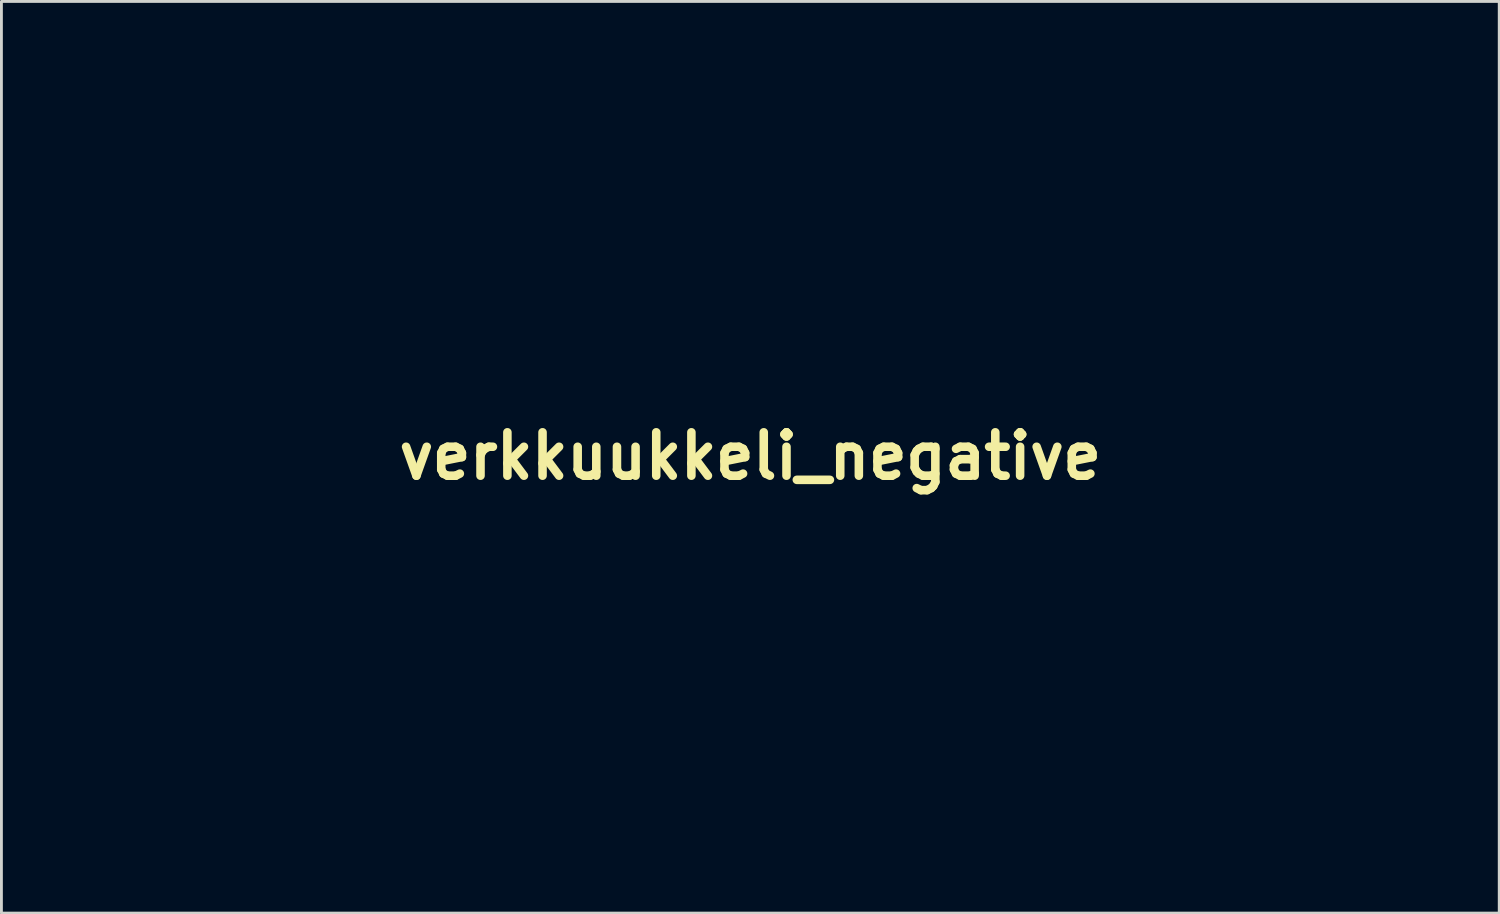
<source format=kicad_pcb>
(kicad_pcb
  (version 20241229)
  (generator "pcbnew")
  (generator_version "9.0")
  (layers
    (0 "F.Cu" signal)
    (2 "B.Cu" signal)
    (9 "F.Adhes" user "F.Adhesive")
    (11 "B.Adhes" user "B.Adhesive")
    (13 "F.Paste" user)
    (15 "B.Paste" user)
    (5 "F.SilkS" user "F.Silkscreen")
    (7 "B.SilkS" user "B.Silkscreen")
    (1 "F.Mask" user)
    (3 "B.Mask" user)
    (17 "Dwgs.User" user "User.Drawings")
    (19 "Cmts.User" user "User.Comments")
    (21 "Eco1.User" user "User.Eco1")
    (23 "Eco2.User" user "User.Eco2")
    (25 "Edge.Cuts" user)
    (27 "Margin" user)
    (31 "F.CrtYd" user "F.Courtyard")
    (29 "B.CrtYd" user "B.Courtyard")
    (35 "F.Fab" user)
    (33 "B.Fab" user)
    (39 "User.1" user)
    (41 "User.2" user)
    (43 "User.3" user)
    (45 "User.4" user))
  (footprint "verkkuukkeli_negative"
    (layer "F.Cu")
    (at 23.288 12.959)
    (property "Reference" "verkkuukkeli_negative" (at 0 0 0) (layer "F.SilkS") (effects (font (size 1.524 1.524) (thickness 0.3))))
    (attr through_hole)
    (fp_poly (pts (xy 4.911 5.122) (xy 4.868 5.165) (xy 4.826 5.122) (xy 4.868 5.08) (xy 4.911 5.122)) (stroke (width 0.01) (type solid)) (fill no) (layer "Eco2.User"))
    (fp_poly (pts (xy 9.694 7.391) (xy 9.799 7.439) (xy 10.103 7.679) (xy 10.291 8.031) (xy 10.365 8.502) (xy 10.353 8.883) (xy 10.306 9.397) (xy 10.11 9.186) (xy 9.855 9.006) (xy 9.589 8.986) (xy 9.334 9.12) (xy 9.114 9.399) (xy 9.067 9.49) (xy 8.945 9.68) (xy 8.812 9.795) (xy 8.703 9.822) (xy 8.654 9.747) (xy 8.67 9.639) (xy 8.761 9.275) (xy 8.784 9.025) (xy 8.737 8.848) (xy 8.646 8.73) (xy 8.393 8.574) (xy 8.128 8.569) (xy 7.881 8.703) (xy 7.684 8.961) (xy 7.607 9.155) (xy 7.421 9.504) (xy 7.115 9.788) (xy 6.782 9.948) (xy 6.667 9.976) (xy 6.613 9.943) (xy 6.608 9.815) (xy 6.639 9.556) (xy 6.744 9.072) (xy 6.938 8.684) (xy 7.251 8.344) (xy 7.5 8.147) (xy 8.08 7.757) (xy 8.571 7.491) (xy 8.992 7.346) (xy 9.36 7.314) (xy 9.694 7.391)) (stroke (width 0.01) (type solid)) (fill no) (layer "Eco2.User"))
    (fp_poly (pts (xy -12.009 5.762) (xy -11.796 5.882) (xy -11.621 6.033) (xy -11.412 6.286) (xy -11.308 6.56) (xy -11.306 6.894) (xy -11.399 7.326) (xy -11.431 7.436) (xy -11.529 7.754) (xy -11.591 7.938) (xy -11.634 8.019) (xy -11.671 8.023) (xy -11.712 7.987) (xy -11.747 7.874) (xy -11.767 7.658) (xy -11.769 7.557) (xy -11.797 7.271) (xy -11.907 7.057) (xy -12.016 6.936) (xy -12.283 6.736) (xy -12.54 6.695) (xy -12.806 6.815) (xy -13.039 7.027) (xy -13.279 7.261) (xy -13.439 7.352) (xy -13.526 7.301) (xy -13.547 7.154) (xy -13.621 6.904) (xy -13.809 6.702) (xy -14.053 6.606) (xy -14.092 6.604) (xy -14.276 6.664) (xy -14.547 6.834) (xy -14.856 7.077) (xy -15.413 7.549) (xy -15.195 7.056) (xy -15.001 6.665) (xy -14.789 6.368) (xy -14.531 6.148) (xy -14.198 5.988) (xy -13.761 5.868) (xy -13.189 5.773) (xy -13.047 5.754) (xy -12.592 5.706) (xy -12.26 5.706) (xy -12.009 5.762)) (stroke (width 0.01) (type solid)) (fill no) (layer "Eco2.User"))
    (fp_poly (pts (xy -6.21 5.115) (xy -5.446 5.435) (xy -4.555 5.711) (xy -3.577 5.937) (xy -2.551 6.106) (xy -1.517 6.21) (xy -0.512 6.243) (xy 0.042 6.227) (xy 1.217 6.093) (xy 2.461 5.822) (xy 3.26 5.585) (xy 3.654 5.462) (xy 4.033 5.354) (xy 4.36 5.269) (xy 4.602 5.216) (xy 4.723 5.206) (xy 4.729 5.209) (xy 4.667 5.244) (xy 4.477 5.315) (xy 4.192 5.409) (xy 4.009 5.465) (xy 3.573 5.598) (xy 3.101 5.741) (xy 2.685 5.868) (xy 2.622 5.887) (xy 2.062 6.041) (xy 1.427 6.19) (xy 0.756 6.325) (xy 0.09 6.44) (xy -0.531 6.527) (xy -1.067 6.581) (xy -1.46 6.594) (xy -1.746 6.57) (xy -2.129 6.512) (xy -2.544 6.431) (xy -2.709 6.394) (xy -3.119 6.296) (xy -3.627 6.176) (xy -4.165 6.048) (xy -4.631 5.937) (xy -5.201 5.792) (xy -5.643 5.652) (xy -5.996 5.5) (xy -6.298 5.319) (xy -6.588 5.09) (xy -6.676 5.012) (xy -6.985 4.733) (xy -6.21 5.115)) (stroke (width 0.01) (type solid)) (fill no) (layer "Eco2.User"))
    (fp_poly (pts (xy 1.366 -3.261) (xy 2.019 -3.226) (xy 2.789 -3.163) (xy 3.198 -3.125) (xy 3.624 -3.077) (xy 3.933 -3.022) (xy 4.18 -2.945) (xy 4.417 -2.831) (xy 4.553 -2.753) (xy 5.203 -2.351) (xy 5.728 -1.988) (xy 6.159 -1.637) (xy 6.526 -1.274) (xy 6.861 -0.872) (xy 6.896 -0.827) (xy 7.121 -0.524) (xy 7.302 -0.274) (xy 7.418 -0.104) (xy 7.451 -0.046) (xy 7.484 0.048) (xy 7.572 0.251) (xy 7.695 0.52) (xy 7.699 0.529) (xy 7.818 0.826) (xy 7.955 1.232) (xy 8.092 1.693) (xy 8.203 2.117) (xy 8.329 2.612) (xy 8.473 3.134) (xy 8.616 3.617) (xy 8.717 3.932) (xy 8.855 4.376) (xy 8.935 4.75) (xy 8.97 5.136) (xy 8.975 5.428) (xy 8.975 6.167) (xy 8.712 6.225) (xy 8.307 6.356) (xy 7.828 6.577) (xy 7.32 6.86) (xy 6.832 7.178) (xy 6.411 7.504) (xy 6.265 7.637) (xy 5.969 7.924) (xy 4.487 7.778) (xy 3.974 7.726) (xy 3.493 7.676) (xy 3.08 7.631) (xy 2.771 7.595) (xy 2.633 7.577) (xy 2.261 7.521) (xy 3.565 6.951) (xy 4.661 6.436) (xy 5.596 5.92) (xy 6.368 5.404) (xy 6.976 4.891) (xy 7.418 4.38) (xy 7.692 3.873) (xy 7.74 3.727) (xy 7.851 3.233) (xy 7.867 2.873) (xy 7.785 2.645) (xy 7.6 2.547) (xy 7.309 2.577) (xy 6.91 2.733) (xy 6.397 3.014) (xy 6.363 3.035) (xy 5.649 3.459) (xy 5.055 3.794) (xy 4.561 4.048) (xy 4.149 4.231) (xy 3.802 4.352) (xy 3.768 4.361) (xy 3.425 4.46) (xy 3.009 4.582) (xy 2.608 4.704) (xy 2.599 4.707) (xy 2.288 4.801) (xy 2.044 4.872) (xy 1.908 4.908) (xy 1.894 4.911) (xy 1.923 4.863) (xy 2.049 4.744) (xy 2.11 4.691) (xy 2.247 4.564) (xy 2.325 4.438) (xy 2.361 4.26) (xy 2.37 3.979) (xy 2.371 3.874) (xy 2.361 3.533) (xy 2.324 3.301) (xy 2.243 3.119) (xy 2.154 2.992) (xy 1.796 2.656) (xy 1.346 2.442) (xy 0.869 2.371) (xy 0.531 2.338) (xy 0.273 2.223) (xy 0.06 1.998) (xy -0.142 1.638) (xy -0.182 1.551) (xy -0.305 1.32) (xy 4.751 1.32) (xy 4.828 1.61) (xy 4.869 1.695) (xy 5.108 1.981) (xy 5.454 2.153) (xy 5.771 2.198) (xy 6.021 2.165) (xy 6.217 2.032) (xy 6.3 1.941) (xy 6.491 1.611) (xy 6.514 1.28) (xy 6.368 0.955) (xy 6.231 0.796) (xy 5.997 0.6) (xy 5.774 0.518) (xy 5.63 0.508) (xy 5.382 0.544) (xy 5.163 0.673) (xy 5.029 0.796) (xy 4.815 1.065) (xy 4.751 1.32) (xy -0.305 1.32) (xy -0.387 1.164) (xy -0.61 0.908) (xy -0.892 0.757) (xy -1.27 0.689) (xy -1.613 0.678) (xy -2.002 0.69) (xy -2.252 0.739) (xy -2.391 0.841) (xy -2.448 1.01) (xy -2.455 1.143) (xy -2.414 1.4) (xy -2.274 1.547) (xy -2.01 1.605) (xy -1.895 1.609) (xy -1.573 1.626) (xy -1.366 1.698) (xy -1.219 1.859) (xy -1.098 2.1) (xy -0.823 2.618) (xy -0.516 2.981) (xy -0.161 3.203) (xy 0.259 3.297) (xy 0.407 3.302) (xy 0.719 3.342) (xy 1.017 3.445) (xy 1.253 3.589) (xy 1.384 3.75) (xy 1.397 3.813) (xy 1.328 3.927) (xy 1.157 4.062) (xy 1.088 4.102) (xy 0.779 4.268) (xy 0.448 4.039) (xy 0.074 3.853) (xy -0.283 3.811) (xy -0.596 3.915) (xy -0.719 4.014) (xy -0.868 4.14) (xy -1.013 4.177) (xy -1.23 4.14) (xy -1.268 4.13) (xy -1.618 3.967) (xy -1.793 3.79) (xy -1.892 3.659) (xy -1.99 3.588) (xy -2.133 3.564) (xy -2.368 3.576) (xy -2.574 3.596) (xy -2.886 3.636) (xy -3.135 3.685) (xy -3.269 3.733) (xy -3.271 3.735) (xy -3.432 3.764) (xy -3.589 3.714) (xy -3.763 3.606) (xy -3.801 3.517) (xy -3.695 3.473) (xy -3.658 3.471) (xy -3.444 3.4) (xy -3.324 3.196) (xy -3.302 3.006) (xy -3.334 2.771) (xy -3.447 2.628) (xy -3.672 2.557) (xy -3.998 2.54) (xy -4.28 2.547) (xy -4.45 2.583) (xy -4.561 2.672) (xy -4.658 2.815) (xy -4.771 3.107) (xy -4.824 3.467) (xy -4.814 3.83) (xy -4.741 4.129) (xy -4.693 4.216) (xy -4.47 4.424) (xy -4.13 4.614) (xy -3.724 4.768) (xy -3.307 4.867) (xy -2.93 4.893) (xy -2.82 4.882) (xy -2.468 4.885) (xy -1.997 4.987) (xy -1.919 5.01) (xy -1.548 5.107) (xy -1.205 5.153) (xy -0.811 5.156) (xy -0.602 5.146) (xy -0.212 5.131) (xy 0.093 5.134) (xy 0.299 5.151) (xy 0.39 5.178) (xy 0.353 5.212) (xy 0.173 5.249) (xy -0.065 5.277) (xy -0.554 5.292) (xy -1.165 5.263) (xy -1.856 5.195) (xy -2.587 5.091) (xy -3.316 4.957) (xy -3.918 4.82) (xy -5.071 4.446) (xy -6.218 3.911) (xy -7.341 3.221) (xy -7.714 2.954) (xy -8.174 2.627) (xy -8.532 2.41) (xy -8.805 2.297) (xy -9.013 2.281) (xy -9.174 2.354) (xy -9.212 2.388) (xy -9.3 2.578) (xy -9.303 2.832) (xy -9.227 3.07) (xy -9.153 3.167) (xy -9.052 3.273) (xy -9.056 3.36) (xy -9.174 3.493) (xy -9.195 3.515) (xy -9.366 3.799) (xy -9.388 4.155) (xy -9.26 4.574) (xy -9.147 4.794) (xy -8.983 5.049) (xy -8.786 5.28) (xy -8.528 5.511) (xy -8.181 5.769) (xy -7.717 6.078) (xy -7.632 6.132) (xy -7.359 6.314) (xy -7.159 6.464) (xy -7.059 6.558) (xy -7.055 6.576) (xy -7.155 6.587) (xy -7.38 6.576) (xy -7.688 6.547) (xy -7.805 6.532) (xy -8.255 6.48) (xy -8.754 6.429) (xy -9.186 6.39) (xy -9.601 6.354) (xy -9.88 6.315) (xy -10.059 6.258) (xy -10.171 6.171) (xy -10.25 6.038) (xy -10.292 5.942) (xy -10.46 5.652) (xy -10.716 5.337) (xy -11.018 5.04) (xy -11.323 4.8) (xy -11.589 4.66) (xy -11.615 4.652) (xy -11.929 4.568) (xy -11.814 4.241) (xy -11.693 3.929) (xy -11.554 3.651) (xy -11.372 3.366) (xy -11.122 3.035) (xy -10.803 2.647) (xy -10.274 2.035) (xy -9.772 1.496) (xy -9.257 0.99) (xy -9.092 0.842) (xy -7.616 0.842) (xy -7.585 1.165) (xy -7.494 1.412) (xy -7.489 1.419) (xy -7.252 1.621) (xy -6.917 1.735) (xy -6.532 1.753) (xy -6.148 1.669) (xy -6.018 1.612) (xy -5.794 1.478) (xy -5.664 1.327) (xy -5.603 1.11) (xy -5.588 0.778) (xy -5.588 0.751) (xy -5.651 0.357) (xy -5.84 0.076) (xy -6.158 -0.096) (xy -6.302 -0.131) (xy -6.623 -0.134) (xy -6.974 -0.05) (xy -7.288 0.097) (xy -7.493 0.28) (xy -7.585 0.521) (xy -7.616 0.842) (xy -9.092 0.842) (xy -8.686 0.476) (xy -8.018 -0.086) (xy -7.959 -0.135) (xy -6.839 -0.972) (xy -5.69 -1.667) (xy -4.49 -2.23) (xy -3.218 -2.668) (xy -1.852 -2.99) (xy -0.372 -3.204) (xy -0.22 -3.219) (xy 0.28 -3.257) (xy 0.798 -3.272) (xy 1.366 -3.261)) (stroke (width 0.01) (type solid)) (fill no) (layer "Eco2.User"))
    (fp_poly (pts (xy 23.283 13.039) (xy -23.283 13.039) (xy -23.283 5.284) (xy -22.332 5.284) (xy -22.258 5.516) (xy -22.076 5.677) (xy -22.074 5.678) (xy -21.947 5.709) (xy -21.673 5.758) (xy -21.274 5.822) (xy -20.771 5.897) (xy -20.186 5.981) (xy -19.539 6.07) (xy -19.114 6.126) (xy -18.447 6.215) (xy -17.834 6.3) (xy -17.295 6.378) (xy -16.851 6.446) (xy -16.52 6.5) (xy -16.324 6.538) (xy -16.279 6.553) (xy -16.28 6.657) (xy -16.354 6.847) (xy -16.406 6.944) (xy -16.535 7.275) (xy -16.588 7.651) (xy -16.568 8.025) (xy -16.48 8.351) (xy -16.329 8.583) (xy -16.253 8.638) (xy -16.012 8.703) (xy -15.683 8.716) (xy -15.337 8.679) (xy -15.061 8.602) (xy -14.864 8.532) (xy -14.737 8.551) (xy -14.601 8.674) (xy -14.59 8.686) (xy -14.442 8.811) (xy -14.255 8.872) (xy -13.97 8.89) (xy -13.935 8.89) (xy -13.633 8.875) (xy -13.422 8.812) (xy -13.223 8.674) (xy -13.174 8.632) (xy -12.993 8.479) (xy -12.893 8.43) (xy -12.829 8.474) (xy -12.788 8.546) (xy -12.548 8.826) (xy -12.191 9.03) (xy -11.76 9.134) (xy -11.58 9.144) (xy -11.259 9.119) (xy -11.009 9.03) (xy -10.807 8.853) (xy -10.632 8.565) (xy -10.461 8.144) (xy -10.376 7.895) (xy -10.281 7.636) (xy -10.194 7.503) (xy -10.08 7.455) (xy -10.005 7.451) (xy -9.881 7.46) (xy -9.604 7.484) (xy -9.191 7.523) (xy -8.656 7.575) (xy -8.016 7.638) (xy -7.286 7.71) (xy -6.482 7.791) (xy -5.621 7.879) (xy -4.911 7.951) (xy -3.908 8.054) (xy -2.866 8.161) (xy -1.813 8.268) (xy -0.778 8.373) (xy 0.21 8.474) (xy 1.123 8.566) (xy 1.932 8.648) (xy 2.608 8.716) (xy 2.753 8.731) (xy 5.549 9.011) (xy 5.516 9.59) (xy 5.535 10.171) (xy 5.658 10.624) (xy 5.88 10.944) (xy 6.194 11.126) (xy 6.594 11.165) (xy 7.074 11.057) (xy 7.362 10.937) (xy 7.643 10.81) (xy 7.825 10.756) (xy 7.956 10.764) (xy 8.059 10.811) (xy 8.289 10.878) (xy 8.665 10.906) (xy 8.918 10.904) (xy 9.259 10.899) (xy 9.475 10.914) (xy 9.607 10.959) (xy 9.7 11.041) (xy 9.722 11.069) (xy 9.982 11.288) (xy 10.314 11.405) (xy 10.655 11.406) (xy 10.848 11.339) (xy 10.997 11.191) (xy 11.146 10.936) (xy 11.268 10.631) (xy 11.338 10.339) (xy 11.345 10.237) (xy 11.357 10.077) (xy 11.426 10.016) (xy 11.6 10.024) (xy 11.663 10.033) (xy 11.827 10.053) (xy 12.135 10.087) (xy 12.563 10.132) (xy 13.087 10.187) (xy 13.681 10.249) (xy 14.322 10.314) (xy 14.478 10.33) (xy 15.454 10.428) (xy 16.284 10.513) (xy 16.988 10.585) (xy 17.588 10.647) (xy 18.106 10.702) (xy 18.564 10.752) (xy 18.982 10.798) (xy 19.382 10.844) (xy 19.449 10.852) (xy 19.82 10.886) (xy 20.15 10.902) (xy 20.386 10.897) (xy 20.446 10.887) (xy 20.66 10.759) (xy 20.783 10.539) (xy 20.807 10.284) (xy 20.726 10.048) (xy 20.57 9.904) (xy 20.468 9.884) (xy 20.217 9.849) (xy 19.836 9.8) (xy 19.344 9.739) (xy 18.76 9.669) (xy 18.104 9.592) (xy 17.394 9.511) (xy 16.65 9.426) (xy 15.891 9.34) (xy 15.136 9.256) (xy 14.404 9.176) (xy 13.714 9.102) (xy 13.085 9.035) (xy 12.538 8.978) (xy 12.09 8.934) (xy 11.761 8.904) (xy 11.57 8.891) (xy 11.547 8.89) (xy 11.527 8.815) (xy 11.515 8.625) (xy 11.514 8.53) (xy 11.478 8.132) (xy 11.384 7.702) (xy 11.253 7.313) (xy 11.136 7.085) (xy 10.982 6.92) (xy 10.737 6.729) (xy 10.532 6.599) (xy 10.075 6.338) (xy 10.075 5.666) (xy 10.078 5.332) (xy 10.094 5.132) (xy 10.131 5.032) (xy 10.201 4.997) (xy 10.266 4.993) (xy 10.418 4.976) (xy 10.699 4.933) (xy 11.07 4.87) (xy 11.492 4.792) (xy 11.557 4.779) (xy 12.764 4.557) (xy 14.112 4.326) (xy 15.57 4.09) (xy 17.111 3.854) (xy 17.681 3.77) (xy 18.26 3.684) (xy 18.789 3.599) (xy 19.244 3.522) (xy 19.599 3.457) (xy 19.829 3.407) (xy 19.902 3.384) (xy 20.072 3.21) (xy 20.133 2.969) (xy 20.092 2.717) (xy 19.956 2.508) (xy 19.77 2.406) (xy 19.621 2.402) (xy 19.324 2.424) (xy 18.898 2.469) (xy 18.364 2.535) (xy 17.739 2.618) (xy 17.045 2.715) (xy 16.299 2.824) (xy 15.521 2.942) (xy 14.73 3.066) (xy 13.946 3.193) (xy 13.188 3.321) (xy 12.476 3.446) (xy 11.896 3.554) (xy 11.422 3.643) (xy 10.978 3.725) (xy 10.606 3.793) (xy 10.343 3.84) (xy 10.278 3.85) (xy 10.114 3.876) (xy 10.003 3.873) (xy 9.921 3.813) (xy 9.843 3.669) (xy 9.746 3.413) (xy 9.653 3.154) (xy 9.603 2.988) (xy 9.524 2.695) (xy 9.426 2.312) (xy 9.319 1.875) (xy 9.285 1.736) (xy 9.171 1.284) (xy 9.057 0.868) (xy 8.952 0.528) (xy 8.871 0.302) (xy 8.853 0.265) (xy 8.796 0.16) (xy 8.759 0.078) (xy 8.757 0.002) (xy 8.807 -0.088) (xy 8.922 -0.207) (xy 9.118 -0.374) (xy 9.411 -0.607) (xy 9.814 -0.922) (xy 9.991 -1.06) (xy 10.403 -1.399) (xy 10.889 -1.823) (xy 11.405 -2.292) (xy 11.909 -2.768) (xy 12.284 -3.138) (xy 12.833 -3.68) (xy 13.281 -4.097) (xy 13.638 -4.396) (xy 13.909 -4.582) (xy 13.959 -4.609) (xy 14.234 -4.762) (xy 14.467 -4.917) (xy 14.566 -4.998) (xy 14.709 -5.247) (xy 14.704 -5.523) (xy 14.563 -5.757) (xy 14.349 -5.895) (xy 14.087 -5.921) (xy 13.768 -5.832) (xy 13.384 -5.623) (xy 12.929 -5.289) (xy 12.393 -4.826) (xy 11.769 -4.23) (xy 11.642 -4.103) (xy 11.226 -3.697) (xy 10.759 -3.26) (xy 10.264 -2.812) (xy 9.766 -2.375) (xy 9.291 -1.97) (xy 8.862 -1.618) (xy 8.505 -1.342) (xy 8.244 -1.161) (xy 8.239 -1.158) (xy 8.138 -1.193) (xy 7.959 -1.363) (xy 7.713 -1.658) (xy 7.635 -1.758) (xy 7.359 -2.099) (xy 7.081 -2.384) (xy 6.755 -2.657) (xy 6.334 -2.961) (xy 6.254 -3.015) (xy 5.725 -3.372) (xy 5.304 -3.645) (xy 4.962 -3.848) (xy 4.667 -3.993) (xy 4.39 -4.092) (xy 4.1 -4.159) (xy 3.765 -4.207) (xy 3.357 -4.247) (xy 3.31 -4.252) (xy 2.853 -4.296) (xy 2.541 -4.335) (xy 2.35 -4.373) (xy 2.257 -4.417) (xy 2.238 -4.47) (xy 2.241 -4.483) (xy 2.375 -4.996) (xy 2.5 -5.615) (xy 2.612 -6.302) (xy 2.707 -7.019) (xy 2.781 -7.73) (xy 2.829 -8.396) (xy 2.847 -8.981) (xy 2.83 -9.447) (xy 2.821 -9.53) (xy 2.789 -9.924) (xy 2.809 -10.224) (xy 2.874 -10.469) (xy 2.941 -10.819) (xy 2.877 -11.093) (xy 2.689 -11.271) (xy 2.579 -11.311) (xy 2.27 -11.313) (xy 2.006 -11.152) (xy 1.79 -10.829) (xy 1.765 -10.774) (xy 1.68 -10.563) (xy 1.635 -10.377) (xy 1.627 -10.162) (xy 1.65 -9.864) (xy 1.677 -9.631) (xy 1.711 -9.092) (xy 1.701 -8.435) (xy 1.652 -7.705) (xy 1.568 -6.947) (xy 1.453 -6.205) (xy 1.311 -5.526) (xy 1.224 -5.157) (xy 1.154 -4.842) (xy 1.111 -4.624) (xy 1.101 -4.549) (xy 1.053 -4.499) (xy 0.9 -4.454) (xy 0.624 -4.411) (xy 0.209 -4.367) (xy -0.191 -4.333) (xy -1.582 -4.177) (xy -2.855 -3.939) (xy -4.046 -3.608) (xy -5.188 -3.176) (xy -6.117 -2.737) (xy -6.409 -2.591) (xy -6.586 -2.519) (xy -6.683 -2.512) (xy -6.733 -2.563) (xy -6.748 -2.597) (xy -6.84 -2.803) (xy -7 -3.122) (xy -7.21 -3.521) (xy -7.452 -3.968) (xy -7.708 -4.431) (xy -7.959 -4.875) (xy -8.188 -5.27) (xy -8.378 -5.582) (xy -8.463 -5.714) (xy -8.679 -6.037) (xy -8.883 -6.351) (xy -9.036 -6.595) (xy -9.055 -6.627) (xy -9.218 -6.848) (xy -9.464 -7.118) (xy -9.762 -7.41) (xy -10.084 -7.698) (xy -10.397 -7.956) (xy -10.674 -8.158) (xy -10.884 -8.277) (xy -10.964 -8.297) (xy -11.219 -8.221) (xy -11.419 -8.028) (xy -11.513 -7.77) (xy -11.515 -7.728) (xy -11.486 -7.597) (xy -11.387 -7.433) (xy -11.2 -7.214) (xy -10.909 -6.917) (xy -10.764 -6.776) (xy -10.456 -6.467) (xy -10.181 -6.17) (xy -9.972 -5.919) (xy -9.862 -5.757) (xy -9.705 -5.481) (xy -9.53 -5.217) (xy -9.523 -5.207) (xy -9.357 -4.965) (xy -9.148 -4.63) (xy -8.911 -4.229) (xy -8.659 -3.79) (xy -8.41 -3.341) (xy -8.176 -2.907) (xy -7.975 -2.517) (xy -7.819 -2.199) (xy -7.726 -1.978) (xy -7.705 -1.897) (xy -7.767 -1.82) (xy -7.939 -1.657) (xy -8.199 -1.428) (xy -8.524 -1.153) (xy -8.742 -0.974) (xy -9.354 -0.465) (xy -9.874 -0.006) (xy -10.352 0.448) (xy -10.835 0.943) (xy -11.16 1.291) (xy -11.609 1.778) (xy -12.422 1.431) (xy -12.793 1.268) (xy -13.264 1.053) (xy -13.785 0.808) (xy -14.305 0.559) (xy -14.514 0.457) (xy -15.43 0.035) (xy -16.263 -0.282) (xy -17.055 -0.508) (xy -17.847 -0.653) (xy -18.623 -0.726) (xy -19.05 -0.749) (xy -19.342 -0.757) (xy -19.533 -0.746) (xy -19.657 -0.713) (xy -19.748 -0.654) (xy -19.801 -0.604) (xy -19.953 -0.352) (xy -19.959 -0.078) (xy -19.822 0.159) (xy -19.708 0.239) (xy -19.527 0.296) (xy -19.247 0.34) (xy -18.834 0.376) (xy -18.785 0.379) (xy -18.076 0.456) (xy -17.386 0.592) (xy -16.677 0.799) (xy -15.917 1.088) (xy -15.069 1.468) (xy -14.805 1.596) (xy -14.357 1.814) (xy -13.964 2.004) (xy -13.65 2.153) (xy -13.438 2.251) (xy -13.355 2.286) (xy -13.262 2.318) (xy -13.061 2.4) (xy -12.836 2.497) (xy -12.358 2.708) (xy -12.6 3.196) (xy -12.761 3.554) (xy -12.914 3.945) (xy -12.987 4.159) (xy -13.132 4.634) (xy -13.611 4.691) (xy -14.178 4.786) (xy -14.676 4.927) (xy -15.067 5.101) (xy -15.232 5.213) (xy -15.434 5.35) (xy -15.612 5.418) (xy -15.633 5.42) (xy -15.751 5.409) (xy -16.017 5.379) (xy -16.411 5.331) (xy -16.911 5.269) (xy -17.499 5.194) (xy -18.153 5.109) (xy -18.768 5.028) (xy -19.467 4.938) (xy -20.121 4.858) (xy -20.708 4.791) (xy -21.207 4.739) (xy -21.598 4.704) (xy -21.86 4.687) (xy -21.967 4.69) (xy -22.181 4.817) (xy -22.304 5.033) (xy -22.332 5.284) (xy -23.283 5.284) (xy -23.283 -12.954) (xy 23.283 -12.954) (xy 23.283 13.039)) (stroke (width 0.01) (type solid)) (fill no) (layer "Eco2.User")))
  (gr_rect
    (start -3 -3)
    (end 49.577 29.003)
    (stroke (width 0.1) (type default))
    (fill no)
    (layer "Edge.Cuts")))
</source>
